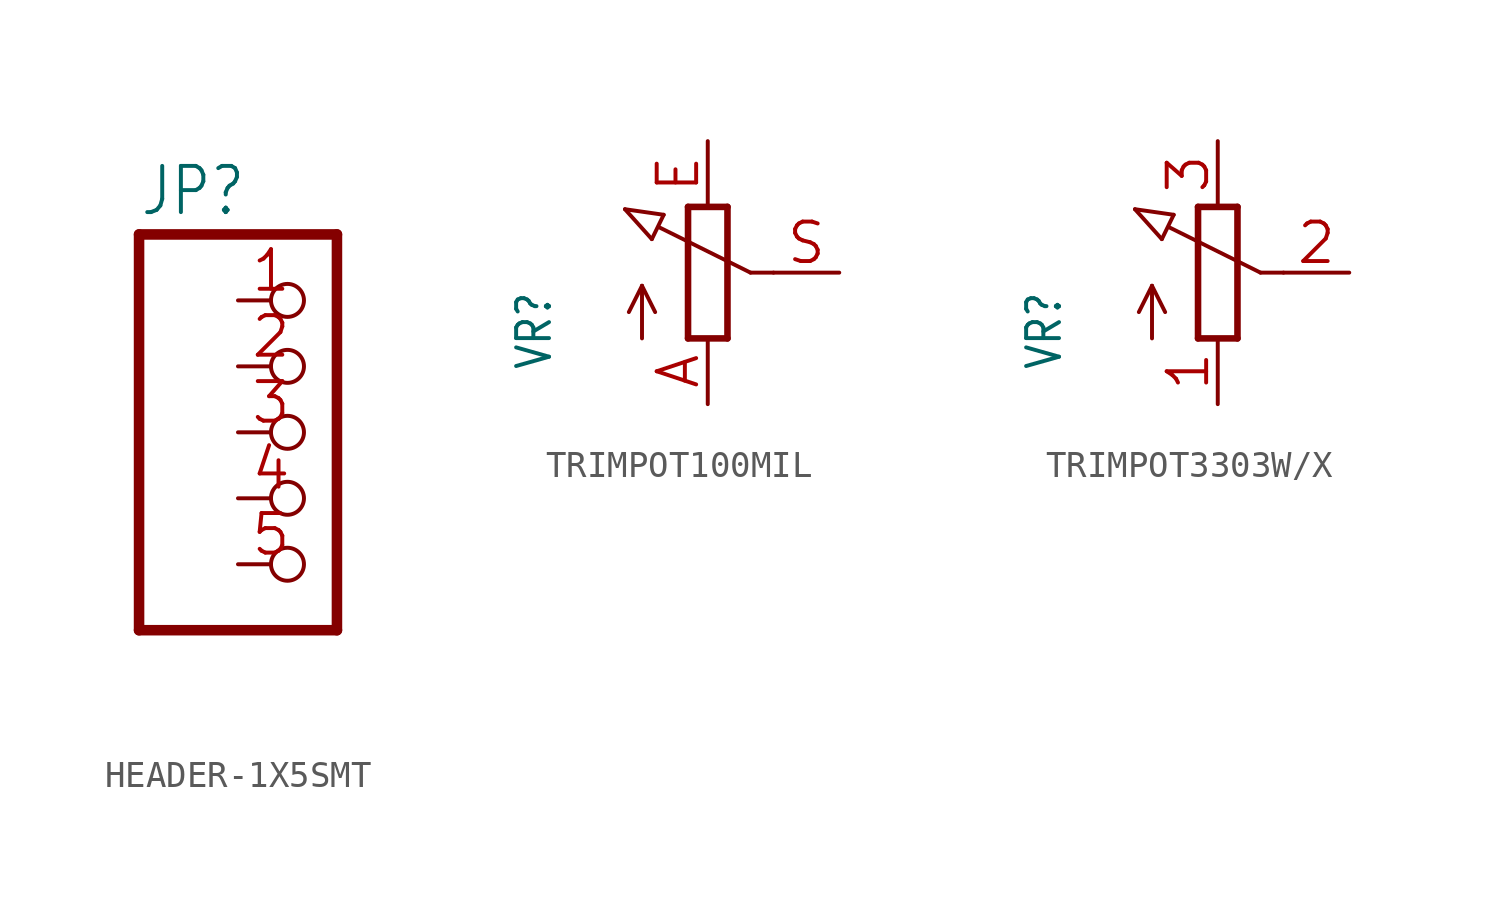
<source format=kicad_sym>
(kicad_symbol_lib
  (version 20241209)
  (generator "kicad_symbol_editor")
  (generator_version "9.0")
  (symbol "HEADER-1X5SMT"
    (property "Reference" "JP"
      (at -6.35 8.255 0)
      (effects (font (size 1.778 1.511)) (justify left bottom)))
    (property "Value" ""
      (at -6.35 -10.16 0)
      (effects (font (size 1.778 1.511)) (justify left bottom)))
    (property "ki_locked" ""
      (at 0 0 0)
      (effects (font (size 1.27 1.27))))
    (symbol "HEADER-1X5SMT_1_0"
      (polyline (pts (xy -6.35 7.62) (xy -6.35 -7.62)) (stroke (width 0.406) (type solid)) (fill (type none)))
      (polyline (pts (xy -6.35 -7.62) (xy 1.27 -7.62)) (stroke (width 0.406) (type solid)) (fill (type none)))
      (polyline (pts (xy 1.27 7.62) (xy -6.35 7.62)) (stroke (width 0.406) (type solid)) (fill (type none)))
      (polyline (pts (xy 1.27 -7.62) (xy 1.27 7.62)) (stroke (width 0.406) (type solid)) (fill (type none)))
      (pin passive inverted (at -2.54 5.08 0) (length 2.54) (name "1" (effects (font (size 0 0)))) (number "1" (effects (font (size 1.524 1.524)))))
      (pin passive inverted (at -2.54 2.54 0) (length 2.54) (name "2" (effects (font (size 0 0)))) (number "2" (effects (font (size 1.524 1.524)))))
      (pin passive inverted (at -2.54 0 0) (length 2.54) (name "3" (effects (font (size 0 0)))) (number "3" (effects (font (size 1.524 1.524)))))
      (pin passive inverted (at -2.54 -2.54 0) (length 2.54) (name "4" (effects (font (size 0 0)))) (number "4" (effects (font (size 1.524 1.524)))))
      (pin passive inverted (at -2.54 -5.08 0) (length 2.54) (name "5" (effects (font (size 0 0)))) (number "5" (effects (font (size 1.524 1.524)))))))
  (symbol "TRIMPOT100MIL"
    (property "Reference" "VR"
      (at -5.969 -3.81 90)
      (effects (font (size 1.27 1.079)) (justify left bottom)))
    (property "Value" ""
      (at -3.81 -3.81 90)
      (effects (font (size 1.27 1.079)) (justify left bottom)))
    (property "ki_locked" ""
      (at 0 0 0)
      (effects (font (size 1.27 1.27))))
    (symbol "TRIMPOT100MIL_1_0"
      (polyline (pts (xy -3.199 2.45) (xy -1.702 2.235)) (stroke (width 0.152) (type solid)) (fill (type none)))
      (polyline (pts (xy -2.54 -0.508) (xy -3.048 -1.524)) (stroke (width 0.152) (type solid)) (fill (type none)))
      (polyline (pts (xy -2.54 -0.508) (xy -2.032 -1.524)) (stroke (width 0.152) (type solid)) (fill (type none)))
      (polyline (pts (xy -2.54 -2.54) (xy -2.54 -0.508)) (stroke (width 0.152) (type solid)) (fill (type none)))
      (polyline (pts (xy -2.16 1.294) (xy -3.199 2.45)) (stroke (width 0.152) (type solid)) (fill (type none)))
      (polyline (pts (xy -2.16 1.294) (xy -1.702 2.235)) (stroke (width 0.152) (type solid)) (fill (type none)))
      (polyline (pts (xy -0.762 2.54) (xy -0.762 -2.54)) (stroke (width 0.254) (type solid)) (fill (type none)))
      (polyline (pts (xy -0.762 -2.54) (xy 0.762 -2.54)) (stroke (width 0.254) (type solid)) (fill (type none)))
      (polyline (pts (xy 0.762 2.54) (xy -0.762 2.54)) (stroke (width 0.254) (type solid)) (fill (type none)))
      (polyline (pts (xy 0.762 -2.54) (xy 0.762 2.54)) (stroke (width 0.254) (type solid)) (fill (type none)))
      (polyline (pts (xy 1.651 0) (xy -1.88 1.753)) (stroke (width 0.152) (type solid)) (fill (type none)))
      (polyline (pts (xy 2.54 0) (xy 1.651 0)) (stroke (width 0.152) (type solid)) (fill (type none)))
      (pin passive line (at 0 5.08 270) (length 2.54) (name "E" (effects (font (size 0 0)))) (number "E" (effects (font (size 1.524 1.524)))))
      (pin passive line (at 0 -5.08 90) (length 2.54) (name "A" (effects (font (size 0 0)))) (number "A" (effects (font (size 1.524 1.524)))))
      (pin passive line (at 5.08 0 180) (length 2.54) (name "S" (effects (font (size 0 0)))) (number "S" (effects (font (size 1.524 1.524)))))))
  (symbol "TRIMPOT3303W/X"
    (property "Reference" "VR"
      (at -5.969 -3.81 90)
      (effects (font (size 1.27 1.079)) (justify left bottom)))
    (property "Value" ""
      (at -3.81 -3.81 90)
      (effects (font (size 1.27 1.079)) (justify left bottom)))
    (property "ki_locked" ""
      (at 0 0 0)
      (effects (font (size 1.27 1.27))))
    (symbol "TRIMPOT3303W/X_1_0"
      (polyline (pts (xy -3.199 2.45) (xy -1.702 2.235)) (stroke (width 0.152) (type solid)) (fill (type none)))
      (polyline (pts (xy -2.54 -0.508) (xy -3.048 -1.524)) (stroke (width 0.152) (type solid)) (fill (type none)))
      (polyline (pts (xy -2.54 -0.508) (xy -2.032 -1.524)) (stroke (width 0.152) (type solid)) (fill (type none)))
      (polyline (pts (xy -2.54 -2.54) (xy -2.54 -0.508)) (stroke (width 0.152) (type solid)) (fill (type none)))
      (polyline (pts (xy -2.16 1.294) (xy -3.199 2.45)) (stroke (width 0.152) (type solid)) (fill (type none)))
      (polyline (pts (xy -2.16 1.294) (xy -1.702 2.235)) (stroke (width 0.152) (type solid)) (fill (type none)))
      (polyline (pts (xy -0.762 2.54) (xy -0.762 -2.54)) (stroke (width 0.254) (type solid)) (fill (type none)))
      (polyline (pts (xy -0.762 -2.54) (xy 0.762 -2.54)) (stroke (width 0.254) (type solid)) (fill (type none)))
      (polyline (pts (xy 0.762 2.54) (xy -0.762 2.54)) (stroke (width 0.254) (type solid)) (fill (type none)))
      (polyline (pts (xy 0.762 -2.54) (xy 0.762 2.54)) (stroke (width 0.254) (type solid)) (fill (type none)))
      (polyline (pts (xy 1.651 0) (xy -1.88 1.753)) (stroke (width 0.152) (type solid)) (fill (type none)))
      (polyline (pts (xy 2.54 0) (xy 1.651 0)) (stroke (width 0.152) (type solid)) (fill (type none)))
      (pin passive line (at 0 5.08 270) (length 2.54) (name "E" (effects (font (size 0 0)))) (number "3" (effects (font (size 1.524 1.524)))))
      (pin passive line (at 0 -5.08 90) (length 2.54) (name "A" (effects (font (size 0 0)))) (number "1" (effects (font (size 1.524 1.524)))))
      (pin passive line (at 5.08 0 180) (length 2.54) (name "S" (effects (font (size 0 0)))) (number "2" (effects (font (size 1.524 1.524))))))))
</source>
